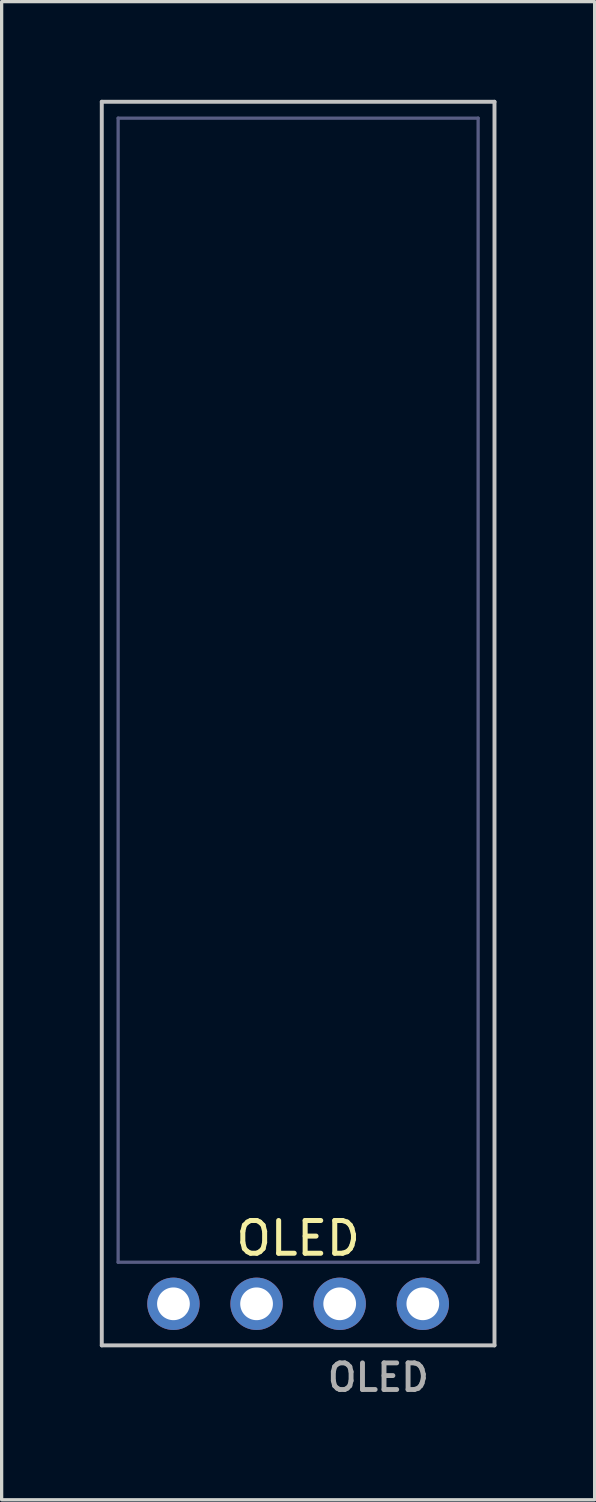
<source format=kicad_pcb>
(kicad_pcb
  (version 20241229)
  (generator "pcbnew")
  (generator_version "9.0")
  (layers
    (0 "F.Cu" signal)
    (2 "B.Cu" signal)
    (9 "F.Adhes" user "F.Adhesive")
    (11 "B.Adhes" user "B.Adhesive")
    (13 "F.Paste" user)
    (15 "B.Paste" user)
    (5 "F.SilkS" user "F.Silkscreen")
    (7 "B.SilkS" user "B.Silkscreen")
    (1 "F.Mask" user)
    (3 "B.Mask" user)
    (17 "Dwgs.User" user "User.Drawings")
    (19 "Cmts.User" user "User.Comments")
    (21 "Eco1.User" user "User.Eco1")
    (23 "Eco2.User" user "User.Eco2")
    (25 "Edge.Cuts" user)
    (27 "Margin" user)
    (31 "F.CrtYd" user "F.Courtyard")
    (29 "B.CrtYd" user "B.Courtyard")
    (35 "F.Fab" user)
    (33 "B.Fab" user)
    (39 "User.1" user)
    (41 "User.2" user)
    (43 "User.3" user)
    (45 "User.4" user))
  (footprint "OLED"
    (layer "F.Cu")
    (at 6.06 36.79)
    (property "Reference" "OLED" (at 2.45 2.25 180) (layer "F.Fab") (effects (font (size 0.813 0.813) (thickness 0.15))))
    (attr through_hole)
    (fp_line (start -6 -36.73) (end 6 -36.73) (stroke (width 0.12) (type solid)) (layer "Dwgs.User"))
    (fp_line (start -6 1.27) (end -6 -36.73) (stroke (width 0.12) (type solid)) (layer "Dwgs.User"))
    (fp_line (start -6 1.27) (end 6 1.27) (stroke (width 0.12) (type solid)) (layer "Dwgs.User"))
    (fp_line (start 6 -36.73) (end 6 1.27) (stroke (width 0.12) (type solid)) (layer "Dwgs.User"))
    (fp_line (start -5.5 -36.23) (end 5.5 -36.23) (stroke (width 0.1) (type default)) (layer "B.Fab"))
    (fp_line (start -5.5 -1.27) (end -5.5 -36.23) (stroke (width 0.1) (type default)) (layer "B.Fab"))
    (fp_line (start 5.5 -1.27) (end -5.5 -1.27) (stroke (width 0.1) (type default)) (layer "B.Fab"))
    (fp_line (start 5.5 -1.27) (end 5.5 -36.23) (stroke (width 0.1) (type default)) (layer "B.Fab"))
    (fp_text user "OLED" (at 0 -2 0) (layer "F.SilkS") (effects (font (size 1 1) (thickness 0.153))))
    (pad "1" thru_hole circle (at -3.81 0) (size 1.6 1.6) (drill 1) (layers "*.Cu" "*.Mask"))
    (pad "2" thru_hole circle (at -1.27 0 90) (size 1.6 1.6) (drill 1) (layers "*.Cu" "*.Mask"))
    (pad "3" thru_hole circle (at 1.27 0) (size 1.6 1.6) (drill 1) (layers "*.Cu" "*.Mask"))
    (pad "4" thru_hole circle (at 3.81 0) (size 1.6 1.6) (drill 1) (layers "*.Cu" "*.Mask")))
  (gr_rect
    (start -3 -3)
    (end 15.12 42.779)
    (stroke (width 0.1) (type default))
    (fill no)
    (layer "Edge.Cuts")))
</source>
